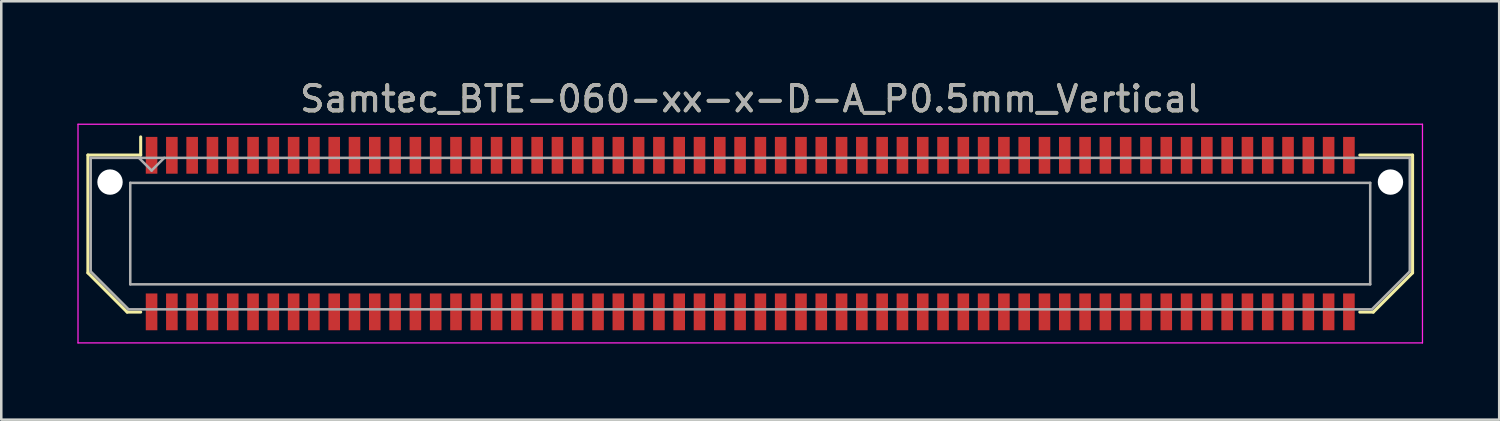
<source format=kicad_pcb>
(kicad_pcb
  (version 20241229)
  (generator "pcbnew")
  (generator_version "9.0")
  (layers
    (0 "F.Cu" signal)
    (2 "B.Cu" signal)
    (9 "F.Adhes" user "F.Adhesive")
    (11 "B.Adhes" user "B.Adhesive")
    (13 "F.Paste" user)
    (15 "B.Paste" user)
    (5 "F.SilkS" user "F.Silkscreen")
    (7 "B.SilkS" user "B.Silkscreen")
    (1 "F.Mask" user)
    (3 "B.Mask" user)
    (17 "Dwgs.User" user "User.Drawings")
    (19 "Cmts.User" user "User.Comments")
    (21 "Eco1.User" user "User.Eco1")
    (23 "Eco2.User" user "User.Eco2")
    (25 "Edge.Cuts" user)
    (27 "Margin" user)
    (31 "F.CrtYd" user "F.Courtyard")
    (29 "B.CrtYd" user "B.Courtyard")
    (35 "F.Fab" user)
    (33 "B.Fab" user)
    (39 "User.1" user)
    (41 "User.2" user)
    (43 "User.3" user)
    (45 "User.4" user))
  (footprint "Samtec_BTE-060-xx-x-D-A_P0.5mm_Vertical"
    (layer "F.Cu")
    (at 26.525 6.158)
    (property "Reference" "Samtec_BTE-060-xx-x-D-A_P0.5mm_Vertical" (at 0 -5.31 0) (layer "F.SilkS") (effects (font (size 1 1) (thickness 0.15))))
    (attr smd)
    (fp_line (start -26.11 -3.095) (end -26.11 1.548) (stroke (width 0.12) (type solid)) (layer "F.SilkS"))
    (fp_line (start -26.11 1.548) (end -24.562 3.095) (stroke (width 0.12) (type solid)) (layer "F.SilkS"))
    (fp_line (start -24.562 3.095) (end -24.029 3.095) (stroke (width 0.12) (type solid)) (layer "F.SilkS"))
    (fp_line (start -24.029 -3.811) (end -24.029 -3.095) (stroke (width 0.12) (type solid)) (layer "F.SilkS"))
    (fp_line (start -24.029 -3.095) (end -26.11 -3.095) (stroke (width 0.12) (type solid)) (layer "F.SilkS"))
    (fp_line (start 24.029 -3.095) (end 26.11 -3.095) (stroke (width 0.12) (type solid)) (layer "F.SilkS"))
    (fp_line (start 24.562 3.095) (end 24.029 3.095) (stroke (width 0.12) (type solid)) (layer "F.SilkS"))
    (fp_line (start 26.11 -3.095) (end 26.11 1.548) (stroke (width 0.12) (type solid)) (layer "F.SilkS"))
    (fp_line (start 26.11 1.548) (end 24.562 3.095) (stroke (width 0.12) (type solid)) (layer "F.SilkS"))
    (fp_line (start -26.5 -4.31) (end -26.5 4.31) (stroke (width 0.05) (type solid)) (layer "F.CrtYd"))
    (fp_line (start -26.5 4.31) (end 26.5 4.31) (stroke (width 0.05) (type solid)) (layer "F.CrtYd"))
    (fp_line (start 26.5 -4.31) (end -26.5 -4.31) (stroke (width 0.05) (type solid)) (layer "F.CrtYd"))
    (fp_line (start 26.5 4.31) (end 26.5 -4.31) (stroke (width 0.05) (type solid)) (layer "F.CrtYd"))
    (fp_line (start -26 -2.985) (end -26 1.492) (stroke (width 0.1) (type solid)) (layer "F.Fab"))
    (fp_line (start -26 -2.985) (end 26 -2.985) (stroke (width 0.1) (type solid)) (layer "F.Fab"))
    (fp_line (start -26 1.492) (end -24.508 2.985) (stroke (width 0.1) (type solid)) (layer "F.Fab"))
    (fp_line (start -24.508 2.985) (end 24.508 2.985) (stroke (width 0.1) (type solid)) (layer "F.Fab"))
    (fp_line (start -24.44 -2) (end -24.44 2) (stroke (width 0.1) (type solid)) (layer "F.Fab"))
    (fp_line (start -24.44 2) (end 24.44 2) (stroke (width 0.1) (type solid)) (layer "F.Fab"))
    (fp_line (start -23.6 -2.485) (end -24.1 -2.985) (stroke (width 0.1) (type solid)) (layer "F.Fab"))
    (fp_line (start -23.1 -2.985) (end -23.6 -2.485) (stroke (width 0.1) (type solid)) (layer "F.Fab"))
    (fp_line (start 24.44 -2) (end -24.44 -2) (stroke (width 0.1) (type solid)) (layer "F.Fab"))
    (fp_line (start 24.44 2) (end 24.44 -2) (stroke (width 0.1) (type solid)) (layer "F.Fab"))
    (fp_line (start 26 -2.985) (end 26 1.492) (stroke (width 0.1) (type solid)) (layer "F.Fab"))
    (fp_line (start 26 1.492) (end 24.508 2.985) (stroke (width 0.1) (type solid)) (layer "F.Fab"))
    (fp_text user "${REFERENCE}" (at 0 -5.31 0) (layer "F.Fab") (effects (font (size 1 1) (thickness 0.15))))
    (pad "" np_thru_hole circle (at -25.238 -2.03) (size 1 1) (drill 1) (layers "*.Cu" "*.Mask"))
    (pad "" np_thru_hole circle (at 25.238 -2.03) (size 1 1) (drill 1) (layers "*.Cu" "*.Mask"))
    (pad "1" smd rect (at -23.6 -3.086) (size 0.457 1.45) (layers "F.Cu" "F.Mask" "F.Paste"))
    (pad "2" smd rect (at -23.6 3.086) (size 0.457 1.45) (layers "F.Cu" "F.Mask" "F.Paste"))
    (pad "3" smd rect (at -22.8 -3.086) (size 0.457 1.45) (layers "F.Cu" "F.Mask" "F.Paste"))
    (pad "4" smd rect (at -22.8 3.086) (size 0.457 1.45) (layers "F.Cu" "F.Mask" "F.Paste"))
    (pad "5" smd rect (at -22 -3.086) (size 0.457 1.45) (layers "F.Cu" "F.Mask" "F.Paste"))
    (pad "6" smd rect (at -22 3.086) (size 0.457 1.45) (layers "F.Cu" "F.Mask" "F.Paste"))
    (pad "7" smd rect (at -21.2 -3.086) (size 0.457 1.45) (layers "F.Cu" "F.Mask" "F.Paste"))
    (pad "8" smd rect (at -21.2 3.086) (size 0.457 1.45) (layers "F.Cu" "F.Mask" "F.Paste"))
    (pad "9" smd rect (at -20.4 -3.086) (size 0.457 1.45) (layers "F.Cu" "F.Mask" "F.Paste"))
    (pad "10" smd rect (at -20.4 3.086) (size 0.457 1.45) (layers "F.Cu" "F.Mask" "F.Paste"))
    (pad "11" smd rect (at -19.6 -3.086) (size 0.457 1.45) (layers "F.Cu" "F.Mask" "F.Paste"))
    (pad "12" smd rect (at -19.6 3.086) (size 0.457 1.45) (layers "F.Cu" "F.Mask" "F.Paste"))
    (pad "13" smd rect (at -18.8 -3.086) (size 0.457 1.45) (layers "F.Cu" "F.Mask" "F.Paste"))
    (pad "14" smd rect (at -18.8 3.086) (size 0.457 1.45) (layers "F.Cu" "F.Mask" "F.Paste"))
    (pad "15" smd rect (at -18 -3.086) (size 0.457 1.45) (layers "F.Cu" "F.Mask" "F.Paste"))
    (pad "16" smd rect (at -18 3.086) (size 0.457 1.45) (layers "F.Cu" "F.Mask" "F.Paste"))
    (pad "17" smd rect (at -17.2 -3.086) (size 0.457 1.45) (layers "F.Cu" "F.Mask" "F.Paste"))
    (pad "18" smd rect (at -17.2 3.086) (size 0.457 1.45) (layers "F.Cu" "F.Mask" "F.Paste"))
    (pad "19" smd rect (at -16.4 -3.086) (size 0.457 1.45) (layers "F.Cu" "F.Mask" "F.Paste"))
    (pad "20" smd rect (at -16.4 3.086) (size 0.457 1.45) (layers "F.Cu" "F.Mask" "F.Paste"))
    (pad "21" smd rect (at -15.6 -3.086) (size 0.457 1.45) (layers "F.Cu" "F.Mask" "F.Paste"))
    (pad "22" smd rect (at -15.6 3.086) (size 0.457 1.45) (layers "F.Cu" "F.Mask" "F.Paste"))
    (pad "23" smd rect (at -14.8 -3.086) (size 0.457 1.45) (layers "F.Cu" "F.Mask" "F.Paste"))
    (pad "24" smd rect (at -14.8 3.086) (size 0.457 1.45) (layers "F.Cu" "F.Mask" "F.Paste"))
    (pad "25" smd rect (at -14 -3.086) (size 0.457 1.45) (layers "F.Cu" "F.Mask" "F.Paste"))
    (pad "26" smd rect (at -14 3.086) (size 0.457 1.45) (layers "F.Cu" "F.Mask" "F.Paste"))
    (pad "27" smd rect (at -13.2 -3.086) (size 0.457 1.45) (layers "F.Cu" "F.Mask" "F.Paste"))
    (pad "28" smd rect (at -13.2 3.086) (size 0.457 1.45) (layers "F.Cu" "F.Mask" "F.Paste"))
    (pad "29" smd rect (at -12.4 -3.086) (size 0.457 1.45) (layers "F.Cu" "F.Mask" "F.Paste"))
    (pad "30" smd rect (at -12.4 3.086) (size 0.457 1.45) (layers "F.Cu" "F.Mask" "F.Paste"))
    (pad "31" smd rect (at -11.6 -3.086) (size 0.457 1.45) (layers "F.Cu" "F.Mask" "F.Paste"))
    (pad "32" smd rect (at -11.6 3.086) (size 0.457 1.45) (layers "F.Cu" "F.Mask" "F.Paste"))
    (pad "33" smd rect (at -10.8 -3.086) (size 0.457 1.45) (layers "F.Cu" "F.Mask" "F.Paste"))
    (pad "34" smd rect (at -10.8 3.086) (size 0.457 1.45) (layers "F.Cu" "F.Mask" "F.Paste"))
    (pad "35" smd rect (at -10 -3.086) (size 0.457 1.45) (layers "F.Cu" "F.Mask" "F.Paste"))
    (pad "36" smd rect (at -10 3.086) (size 0.457 1.45) (layers "F.Cu" "F.Mask" "F.Paste"))
    (pad "37" smd rect (at -9.2 -3.086) (size 0.457 1.45) (layers "F.Cu" "F.Mask" "F.Paste"))
    (pad "38" smd rect (at -9.2 3.086) (size 0.457 1.45) (layers "F.Cu" "F.Mask" "F.Paste"))
    (pad "39" smd rect (at -8.4 -3.086) (size 0.457 1.45) (layers "F.Cu" "F.Mask" "F.Paste"))
    (pad "40" smd rect (at -8.4 3.086) (size 0.457 1.45) (layers "F.Cu" "F.Mask" "F.Paste"))
    (pad "41" smd rect (at -7.6 -3.086) (size 0.457 1.45) (layers "F.Cu" "F.Mask" "F.Paste"))
    (pad "42" smd rect (at -7.6 3.086) (size 0.457 1.45) (layers "F.Cu" "F.Mask" "F.Paste"))
    (pad "43" smd rect (at -6.8 -3.086) (size 0.457 1.45) (layers "F.Cu" "F.Mask" "F.Paste"))
    (pad "44" smd rect (at -6.8 3.086) (size 0.457 1.45) (layers "F.Cu" "F.Mask" "F.Paste"))
    (pad "45" smd rect (at -6 -3.086) (size 0.457 1.45) (layers "F.Cu" "F.Mask" "F.Paste"))
    (pad "46" smd rect (at -6 3.086) (size 0.457 1.45) (layers "F.Cu" "F.Mask" "F.Paste"))
    (pad "47" smd rect (at -5.2 -3.086) (size 0.457 1.45) (layers "F.Cu" "F.Mask" "F.Paste"))
    (pad "48" smd rect (at -5.2 3.086) (size 0.457 1.45) (layers "F.Cu" "F.Mask" "F.Paste"))
    (pad "49" smd rect (at -4.4 -3.086) (size 0.457 1.45) (layers "F.Cu" "F.Mask" "F.Paste"))
    (pad "50" smd rect (at -4.4 3.086) (size 0.457 1.45) (layers "F.Cu" "F.Mask" "F.Paste"))
    (pad "51" smd rect (at -3.6 -3.086) (size 0.457 1.45) (layers "F.Cu" "F.Mask" "F.Paste"))
    (pad "52" smd rect (at -3.6 3.086) (size 0.457 1.45) (layers "F.Cu" "F.Mask" "F.Paste"))
    (pad "53" smd rect (at -2.8 -3.086) (size 0.457 1.45) (layers "F.Cu" "F.Mask" "F.Paste"))
    (pad "54" smd rect (at -2.8 3.086) (size 0.457 1.45) (layers "F.Cu" "F.Mask" "F.Paste"))
    (pad "55" smd rect (at -2 -3.086) (size 0.457 1.45) (layers "F.Cu" "F.Mask" "F.Paste"))
    (pad "56" smd rect (at -2 3.086) (size 0.457 1.45) (layers "F.Cu" "F.Mask" "F.Paste"))
    (pad "57" smd rect (at -1.2 -3.086) (size 0.457 1.45) (layers "F.Cu" "F.Mask" "F.Paste"))
    (pad "58" smd rect (at -1.2 3.086) (size 0.457 1.45) (layers "F.Cu" "F.Mask" "F.Paste"))
    (pad "59" smd rect (at -0.4 -3.086) (size 0.457 1.45) (layers "F.Cu" "F.Mask" "F.Paste"))
    (pad "60" smd rect (at -0.4 3.086) (size 0.457 1.45) (layers "F.Cu" "F.Mask" "F.Paste"))
    (pad "61" smd rect (at 0.4 -3.086) (size 0.457 1.45) (layers "F.Cu" "F.Mask" "F.Paste"))
    (pad "62" smd rect (at 0.4 3.086) (size 0.457 1.45) (layers "F.Cu" "F.Mask" "F.Paste"))
    (pad "63" smd rect (at 1.2 -3.086) (size 0.457 1.45) (layers "F.Cu" "F.Mask" "F.Paste"))
    (pad "64" smd rect (at 1.2 3.086) (size 0.457 1.45) (layers "F.Cu" "F.Mask" "F.Paste"))
    (pad "65" smd rect (at 2 -3.086) (size 0.457 1.45) (layers "F.Cu" "F.Mask" "F.Paste"))
    (pad "66" smd rect (at 2 3.086) (size 0.457 1.45) (layers "F.Cu" "F.Mask" "F.Paste"))
    (pad "67" smd rect (at 2.8 -3.086) (size 0.457 1.45) (layers "F.Cu" "F.Mask" "F.Paste"))
    (pad "68" smd rect (at 2.8 3.086) (size 0.457 1.45) (layers "F.Cu" "F.Mask" "F.Paste"))
    (pad "69" smd rect (at 3.6 -3.086) (size 0.457 1.45) (layers "F.Cu" "F.Mask" "F.Paste"))
    (pad "70" smd rect (at 3.6 3.086) (size 0.457 1.45) (layers "F.Cu" "F.Mask" "F.Paste"))
    (pad "71" smd rect (at 4.4 -3.086) (size 0.457 1.45) (layers "F.Cu" "F.Mask" "F.Paste"))
    (pad "72" smd rect (at 4.4 3.086) (size 0.457 1.45) (layers "F.Cu" "F.Mask" "F.Paste"))
    (pad "73" smd rect (at 5.2 -3.086) (size 0.457 1.45) (layers "F.Cu" "F.Mask" "F.Paste"))
    (pad "74" smd rect (at 5.2 3.086) (size 0.457 1.45) (layers "F.Cu" "F.Mask" "F.Paste"))
    (pad "75" smd rect (at 6 -3.086) (size 0.457 1.45) (layers "F.Cu" "F.Mask" "F.Paste"))
    (pad "76" smd rect (at 6 3.086) (size 0.457 1.45) (layers "F.Cu" "F.Mask" "F.Paste"))
    (pad "77" smd rect (at 6.8 -3.086) (size 0.457 1.45) (layers "F.Cu" "F.Mask" "F.Paste"))
    (pad "78" smd rect (at 6.8 3.086) (size 0.457 1.45) (layers "F.Cu" "F.Mask" "F.Paste"))
    (pad "79" smd rect (at 7.6 -3.086) (size 0.457 1.45) (layers "F.Cu" "F.Mask" "F.Paste"))
    (pad "80" smd rect (at 7.6 3.086) (size 0.457 1.45) (layers "F.Cu" "F.Mask" "F.Paste"))
    (pad "81" smd rect (at 8.4 -3.086) (size 0.457 1.45) (layers "F.Cu" "F.Mask" "F.Paste"))
    (pad "82" smd rect (at 8.4 3.086) (size 0.457 1.45) (layers "F.Cu" "F.Mask" "F.Paste"))
    (pad "83" smd rect (at 9.2 -3.086) (size 0.457 1.45) (layers "F.Cu" "F.Mask" "F.Paste"))
    (pad "84" smd rect (at 9.2 3.086) (size 0.457 1.45) (layers "F.Cu" "F.Mask" "F.Paste"))
    (pad "85" smd rect (at 10 -3.086) (size 0.457 1.45) (layers "F.Cu" "F.Mask" "F.Paste"))
    (pad "86" smd rect (at 10 3.086) (size 0.457 1.45) (layers "F.Cu" "F.Mask" "F.Paste"))
    (pad "87" smd rect (at 10.8 -3.086) (size 0.457 1.45) (layers "F.Cu" "F.Mask" "F.Paste"))
    (pad "88" smd rect (at 10.8 3.086) (size 0.457 1.45) (layers "F.Cu" "F.Mask" "F.Paste"))
    (pad "89" smd rect (at 11.6 -3.086) (size 0.457 1.45) (layers "F.Cu" "F.Mask" "F.Paste"))
    (pad "90" smd rect (at 11.6 3.086) (size 0.457 1.45) (layers "F.Cu" "F.Mask" "F.Paste"))
    (pad "91" smd rect (at 12.4 -3.086) (size 0.457 1.45) (layers "F.Cu" "F.Mask" "F.Paste"))
    (pad "92" smd rect (at 12.4 3.086) (size 0.457 1.45) (layers "F.Cu" "F.Mask" "F.Paste"))
    (pad "93" smd rect (at 13.2 -3.086) (size 0.457 1.45) (layers "F.Cu" "F.Mask" "F.Paste"))
    (pad "94" smd rect (at 13.2 3.086) (size 0.457 1.45) (layers "F.Cu" "F.Mask" "F.Paste"))
    (pad "95" smd rect (at 14 -3.086) (size 0.457 1.45) (layers "F.Cu" "F.Mask" "F.Paste"))
    (pad "96" smd rect (at 14 3.086) (size 0.457 1.45) (layers "F.Cu" "F.Mask" "F.Paste"))
    (pad "97" smd rect (at 14.8 -3.086) (size 0.457 1.45) (layers "F.Cu" "F.Mask" "F.Paste"))
    (pad "98" smd rect (at 14.8 3.086) (size 0.457 1.45) (layers "F.Cu" "F.Mask" "F.Paste"))
    (pad "99" smd rect (at 15.6 -3.086) (size 0.457 1.45) (layers "F.Cu" "F.Mask" "F.Paste"))
    (pad "100" smd rect (at 15.6 3.086) (size 0.457 1.45) (layers "F.Cu" "F.Mask" "F.Paste"))
    (pad "101" smd rect (at 16.4 -3.086) (size 0.457 1.45) (layers "F.Cu" "F.Mask" "F.Paste"))
    (pad "102" smd rect (at 16.4 3.086) (size 0.457 1.45) (layers "F.Cu" "F.Mask" "F.Paste"))
    (pad "103" smd rect (at 17.2 -3.086) (size 0.457 1.45) (layers "F.Cu" "F.Mask" "F.Paste"))
    (pad "104" smd rect (at 17.2 3.086) (size 0.457 1.45) (layers "F.Cu" "F.Mask" "F.Paste"))
    (pad "105" smd rect (at 18 -3.086) (size 0.457 1.45) (layers "F.Cu" "F.Mask" "F.Paste"))
    (pad "106" smd rect (at 18 3.086) (size 0.457 1.45) (layers "F.Cu" "F.Mask" "F.Paste"))
    (pad "107" smd rect (at 18.8 -3.086) (size 0.457 1.45) (layers "F.Cu" "F.Mask" "F.Paste"))
    (pad "108" smd rect (at 18.8 3.086) (size 0.457 1.45) (layers "F.Cu" "F.Mask" "F.Paste"))
    (pad "109" smd rect (at 19.6 -3.086) (size 0.457 1.45) (layers "F.Cu" "F.Mask" "F.Paste"))
    (pad "110" smd rect (at 19.6 3.086) (size 0.457 1.45) (layers "F.Cu" "F.Mask" "F.Paste"))
    (pad "111" smd rect (at 20.4 -3.086) (size 0.457 1.45) (layers "F.Cu" "F.Mask" "F.Paste"))
    (pad "112" smd rect (at 20.4 3.086) (size 0.457 1.45) (layers "F.Cu" "F.Mask" "F.Paste"))
    (pad "113" smd rect (at 21.2 -3.086) (size 0.457 1.45) (layers "F.Cu" "F.Mask" "F.Paste"))
    (pad "114" smd rect (at 21.2 3.086) (size 0.457 1.45) (layers "F.Cu" "F.Mask" "F.Paste"))
    (pad "115" smd rect (at 22 -3.086) (size 0.457 1.45) (layers "F.Cu" "F.Mask" "F.Paste"))
    (pad "116" smd rect (at 22 3.086) (size 0.457 1.45) (layers "F.Cu" "F.Mask" "F.Paste"))
    (pad "117" smd rect (at 22.8 -3.086) (size 0.457 1.45) (layers "F.Cu" "F.Mask" "F.Paste"))
    (pad "118" smd rect (at 22.8 3.086) (size 0.457 1.45) (layers "F.Cu" "F.Mask" "F.Paste"))
    (pad "119" smd rect (at 23.6 -3.086) (size 0.457 1.45) (layers "F.Cu" "F.Mask" "F.Paste"))
    (pad "120" smd rect (at 23.6 3.086) (size 0.457 1.45) (layers "F.Cu" "F.Mask" "F.Paste")))
  (gr_rect
    (start -3 -3)
    (end 56.05 13.493)
    (stroke (width 0.1) (type default))
    (fill no)
    (layer "Edge.Cuts")))
</source>
